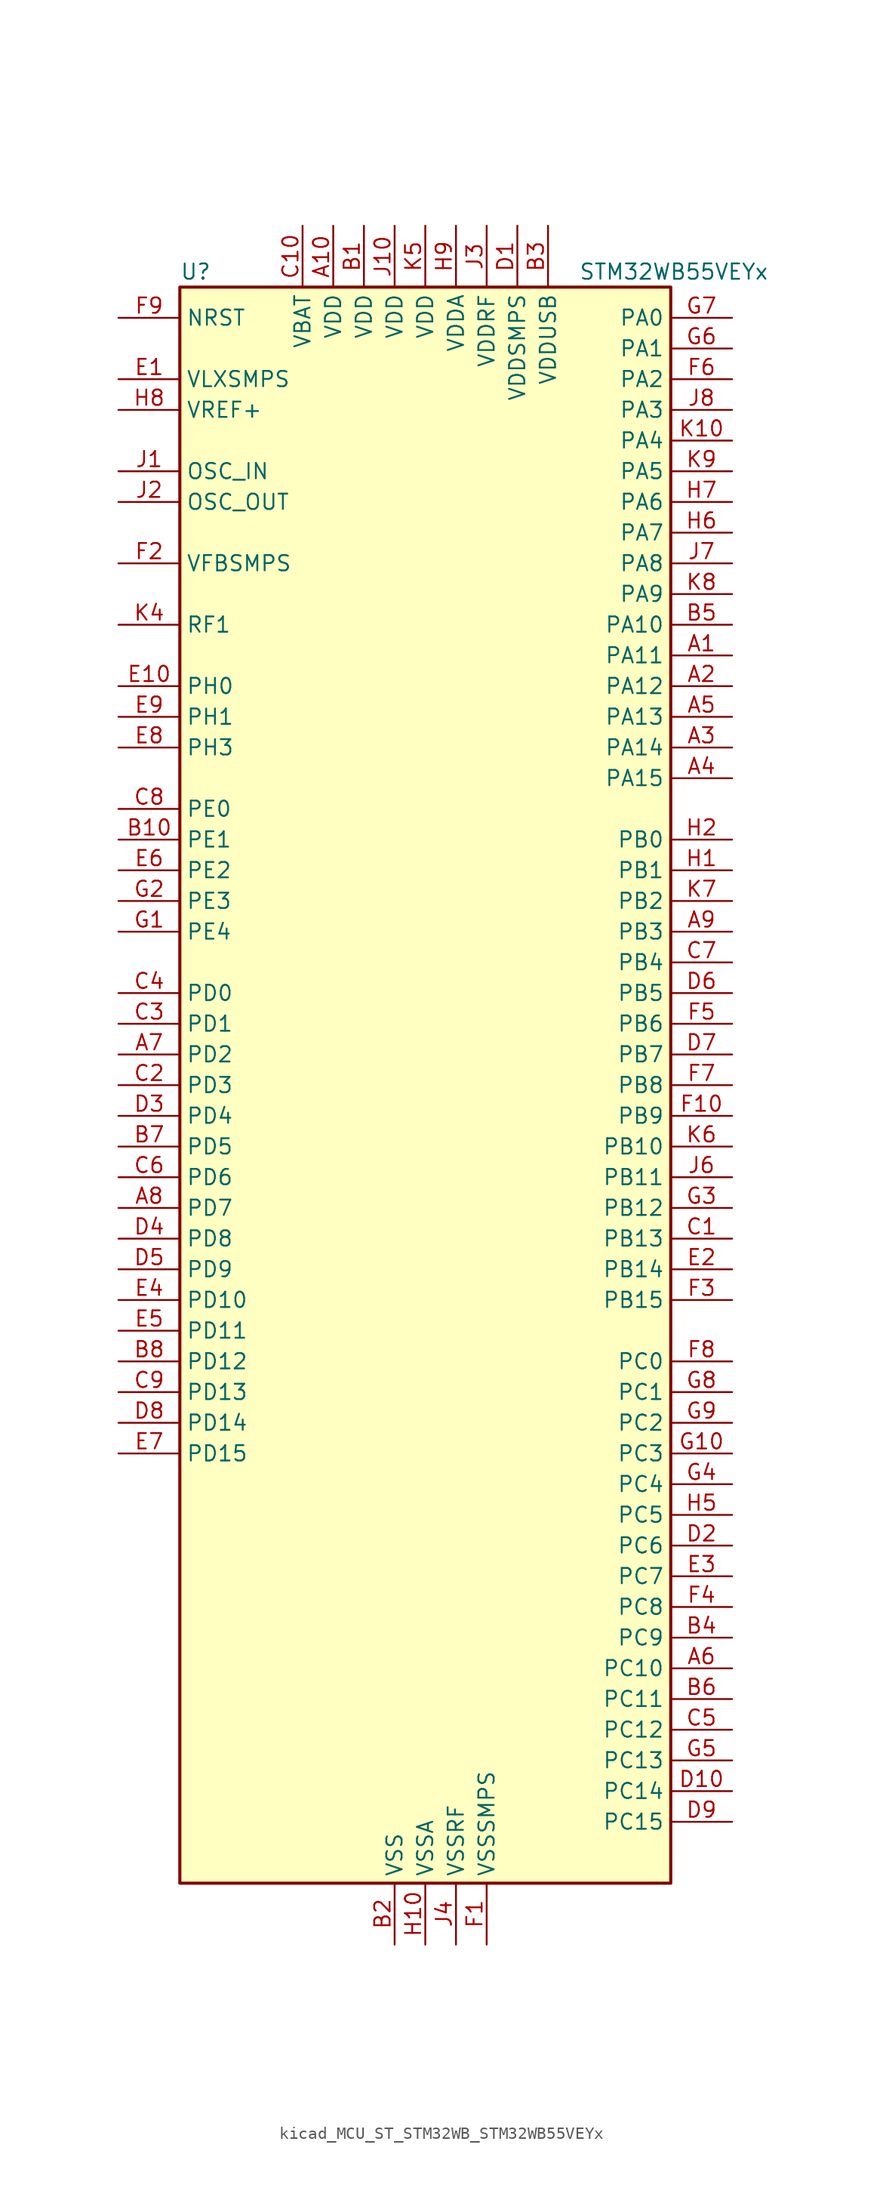
<source format=kicad_sym>
(kicad_symbol_lib
  (version 20220914)
  (generator kicad_symbol_editor)
  (symbol "kicad_MCU_ST_STM32WB_STM32WB55VEYx"
    (property "Reference" "U"
      (at -20.32 67.31 0)
      (effects (font (size 1.27 1.27)) (justify left)))
    (property "Value" "STM32WB55VEYx"
      (at 12.7 67.31 0)
      (effects (font (size 1.27 1.27)) (justify left)))
    (property "ki_locked" ""
      (at 0 0 0)
      (effects (font (size 1.27 1.27))))
    (symbol "kicad_MCU_ST_STM32WB_STM32WB55VEYx_0_1"
      (rectangle (start -20.32 -66.04) (end 20.32 66.04) (stroke (width 0.254) (type default)) (fill (type background))))
    (symbol "kicad_MCU_ST_STM32WB_STM32WB55VEYx_1_1"
      (pin bidirectional line (at 25.4 35.56 180) (length 5.08) (name "PA11" (effects (font (size 1.27 1.27)))) (number "A1" (effects (font (size 1.27 1.27)))) (alternate "ADC1_EXTI11" bidirectional line) (alternate "SPI1_MISO" bidirectional line) (alternate "TIM1_BKIN2" bidirectional line) (alternate "TIM1_CH4" bidirectional line) (alternate "USART1_CTS" bidirectional line) (alternate "USART1_NSS" bidirectional line) (alternate "USB_DM" bidirectional line))
      (pin power_in line (at -7.62 71.12 270) (length 5.08) (name "VDD" (effects (font (size 1.27 1.27)))) (number "A10" (effects (font (size 1.27 1.27)))))
      (pin bidirectional line (at 25.4 33.02 180) (length 5.08) (name "PA12" (effects (font (size 1.27 1.27)))) (number "A2" (effects (font (size 1.27 1.27)))) (alternate "LPUART1_RX" bidirectional line) (alternate "SPI1_MOSI" bidirectional line) (alternate "TIM1_ETR" bidirectional line) (alternate "USART1_DE" bidirectional line) (alternate "USART1_RTS" bidirectional line) (alternate "USB_DP" bidirectional line))
      (pin bidirectional line (at 25.4 27.94 180) (length 5.08) (name "PA14" (effects (font (size 1.27 1.27)))) (number "A3" (effects (font (size 1.27 1.27)))) (alternate "I2C1_SMBA" bidirectional line) (alternate "LCD_SEG5" bidirectional line) (alternate "LPTIM1_OUT" bidirectional line) (alternate "SAI1_FS_B" bidirectional line) (alternate "SYS_JTCK-SWCLK" bidirectional line))
      (pin bidirectional line (at 25.4 25.4 180) (length 5.08) (name "PA15" (effects (font (size 1.27 1.27)))) (number "A4" (effects (font (size 1.27 1.27)))) (alternate "ADC1_EXTI15" bidirectional line) (alternate "LCD_SEG17" bidirectional line) (alternate "RCC_MCO" bidirectional line) (alternate "SPI1_NSS" bidirectional line) (alternate "SYS_JTDI" bidirectional line) (alternate "TIM2_CH1" bidirectional line) (alternate "TIM2_ETR" bidirectional line) (alternate "TSC_G3_IO1" bidirectional line))
      (pin bidirectional line (at 25.4 30.48 180) (length 5.08) (name "PA13" (effects (font (size 1.27 1.27)))) (number "A5" (effects (font (size 1.27 1.27)))) (alternate "IR_OUT" bidirectional line) (alternate "SAI1_SD_B" bidirectional line) (alternate "SYS_JTMS-SWDIO" bidirectional line) (alternate "USB_NOE" bidirectional line))
      (pin bidirectional line (at 25.4 -48.26 180) (length 5.08) (name "PC10" (effects (font (size 1.27 1.27)))) (number "A6" (effects (font (size 1.27 1.27)))) (alternate "LCD_COM4" bidirectional line) (alternate "LCD_SEG28" bidirectional line) (alternate "LCD_SEG40" bidirectional line) (alternate "SYS_TRACED1" bidirectional line) (alternate "TSC_G3_IO2" bidirectional line))
      (pin bidirectional line (at -25.4 2.54 0) (length 5.08) (name "PD2" (effects (font (size 1.27 1.27)))) (number "A7" (effects (font (size 1.27 1.27)))) (alternate "LCD_COM7" bidirectional line) (alternate "LCD_SEG31" bidirectional line) (alternate "LCD_SEG43" bidirectional line) (alternate "SYS_TRACED2" bidirectional line) (alternate "TSC_SYNC" bidirectional line))
      (pin bidirectional line (at -25.4 -10.16 0) (length 5.08) (name "PD7" (effects (font (size 1.27 1.27)))) (number "A8" (effects (font (size 1.27 1.27)))) (alternate "LCD_SEG39" bidirectional line) (alternate "QUADSPI_BK1_IO3" bidirectional line) (alternate "TSC_G5_IO4" bidirectional line))
      (pin bidirectional line (at 25.4 12.7 180) (length 5.08) (name "PB3" (effects (font (size 1.27 1.27)))) (number "A9" (effects (font (size 1.27 1.27)))) (alternate "COMP2_INM" bidirectional line) (alternate "LCD_SEG7" bidirectional line) (alternate "SAI1_SCK_B" bidirectional line) (alternate "SPI1_SCK" bidirectional line) (alternate "SYS_JTDO-SWO" bidirectional line) (alternate "TIM2_CH2" bidirectional line) (alternate "USART1_DE" bidirectional line) (alternate "USART1_RTS" bidirectional line))
      (pin power_in line (at -5.08 71.12 270) (length 5.08) (name "VDD" (effects (font (size 1.27 1.27)))) (number "B1" (effects (font (size 1.27 1.27)))))
      (pin bidirectional line (at -25.4 20.32 0) (length 5.08) (name "PE1" (effects (font (size 1.27 1.27)))) (number "B10" (effects (font (size 1.27 1.27)))) (alternate "LCD_SEG37" bidirectional line) (alternate "TIM17_CH1" bidirectional line) (alternate "TSC_G7_IO2" bidirectional line))
      (pin power_in line (at -2.54 -71.12 90) (length 5.08) (name "VSS" (effects (font (size 1.27 1.27)))) (number "B2" (effects (font (size 1.27 1.27)))))
      (pin power_in line (at 10.16 71.12 270) (length 5.08) (name "VDDUSB" (effects (font (size 1.27 1.27)))) (number "B3" (effects (font (size 1.27 1.27)))))
      (pin bidirectional line (at 25.4 -45.72 180) (length 5.08) (name "PC9" (effects (font (size 1.27 1.27)))) (number "B4" (effects (font (size 1.27 1.27)))) (alternate "LCD_SEG27" bidirectional line) (alternate "SAI1_SCK_B" bidirectional line) (alternate "TIM1_BKIN" bidirectional line) (alternate "TSC_G4_IO4" bidirectional line) (alternate "USB_NOE" bidirectional line))
      (pin bidirectional line (at 25.4 38.1 180) (length 5.08) (name "PA10" (effects (font (size 1.27 1.27)))) (number "B5" (effects (font (size 1.27 1.27)))) (alternate "CRS_SYNC" bidirectional line) (alternate "I2C1_SDA" bidirectional line) (alternate "LCD_COM2" bidirectional line) (alternate "SAI1_D1" bidirectional line) (alternate "SAI1_SD_A" bidirectional line) (alternate "TIM17_BKIN" bidirectional line) (alternate "TIM1_CH3" bidirectional line) (alternate "USART1_RX" bidirectional line))
      (pin bidirectional line (at 25.4 -50.8 180) (length 5.08) (name "PC11" (effects (font (size 1.27 1.27)))) (number "B6" (effects (font (size 1.27 1.27)))) (alternate "ADC1_EXTI11" bidirectional line) (alternate "LCD_COM5" bidirectional line) (alternate "LCD_SEG29" bidirectional line) (alternate "LCD_SEG41" bidirectional line) (alternate "TSC_G3_IO3" bidirectional line))
      (pin bidirectional line (at -25.4 -5.08 0) (length 5.08) (name "PD5" (effects (font (size 1.27 1.27)))) (number "B7" (effects (font (size 1.27 1.27)))) (alternate "QUADSPI_BK1_IO1" bidirectional line) (alternate "SAI1_MCLK_B" bidirectional line) (alternate "TSC_G5_IO2" bidirectional line))
      (pin bidirectional line (at -25.4 -22.86 0) (length 5.08) (name "PD12" (effects (font (size 1.27 1.27)))) (number "B8" (effects (font (size 1.27 1.27)))) (alternate "LCD_SEG32" bidirectional line) (alternate "LPTIM2_IN1" bidirectional line) (alternate "TSC_G6_IO3" bidirectional line))
      (pin passive line (at -2.54 -71.12 90) (length 5.08) hide (name "VSS" (effects (font (size 1.27 1.27)))) (number "B9" (effects (font (size 1.27 1.27)))))
      (pin bidirectional line (at 25.4 -12.7 180) (length 5.08) (name "PB13" (effects (font (size 1.27 1.27)))) (number "C1" (effects (font (size 1.27 1.27)))) (alternate "I2C3_SCL" bidirectional line) (alternate "LCD_SEG13" bidirectional line) (alternate "LPUART1_CTS" bidirectional line) (alternate "SAI1_SCK_A" bidirectional line) (alternate "SPI2_SCK" bidirectional line) (alternate "TIM1_CH1N" bidirectional line) (alternate "TSC_G1_IO2" bidirectional line))
      (pin power_in line (at -10.16 71.12 270) (length 5.08) (name "VBAT" (effects (font (size 1.27 1.27)))) (number "C10" (effects (font (size 1.27 1.27)))))
      (pin bidirectional line (at -25.4 0 0) (length 5.08) (name "PD3" (effects (font (size 1.27 1.27)))) (number "C2" (effects (font (size 1.27 1.27)))) (alternate "QUADSPI_BK1_NCS" bidirectional line) (alternate "SPI2_MISO" bidirectional line) (alternate "SPI2_SCK" bidirectional line))
      (pin bidirectional line (at -25.4 5.08 0) (length 5.08) (name "PD1" (effects (font (size 1.27 1.27)))) (number "C3" (effects (font (size 1.27 1.27)))) (alternate "SPI2_SCK" bidirectional line))
      (pin bidirectional line (at -25.4 7.62 0) (length 5.08) (name "PD0" (effects (font (size 1.27 1.27)))) (number "C4" (effects (font (size 1.27 1.27)))) (alternate "SPI2_NSS" bidirectional line))
      (pin bidirectional line (at 25.4 -53.34 180) (length 5.08) (name "PC12" (effects (font (size 1.27 1.27)))) (number "C5" (effects (font (size 1.27 1.27)))) (alternate "LCD_COM6" bidirectional line) (alternate "LCD_SEG30" bidirectional line) (alternate "LCD_SEG42" bidirectional line) (alternate "RCC_LSCO" bidirectional line) (alternate "RTC_TAMP3" bidirectional line) (alternate "SYS_TRACED3" bidirectional line) (alternate "SYS_WKUP3" bidirectional line) (alternate "TSC_G3_IO4" bidirectional line))
      (pin bidirectional line (at -25.4 -7.62 0) (length 5.08) (name "PD6" (effects (font (size 1.27 1.27)))) (number "C6" (effects (font (size 1.27 1.27)))) (alternate "QUADSPI_BK1_IO2" bidirectional line) (alternate "SAI1_D1" bidirectional line) (alternate "SAI1_SD_A" bidirectional line) (alternate "TSC_G5_IO3" bidirectional line))
      (pin bidirectional line (at 25.4 10.16 180) (length 5.08) (name "PB4" (effects (font (size 1.27 1.27)))) (number "C7" (effects (font (size 1.27 1.27)))) (alternate "COMP2_INP" bidirectional line) (alternate "I2C3_SDA" bidirectional line) (alternate "LCD_SEG8" bidirectional line) (alternate "SAI1_MCLK_B" bidirectional line) (alternate "SPI1_MISO" bidirectional line) (alternate "SYS_JTRST" bidirectional line) (alternate "TIM17_BKIN" bidirectional line) (alternate "TSC_G2_IO1" bidirectional line) (alternate "USART1_CTS" bidirectional line) (alternate "USART1_NSS" bidirectional line))
      (pin bidirectional line (at -25.4 22.86 0) (length 5.08) (name "PE0" (effects (font (size 1.27 1.27)))) (number "C8" (effects (font (size 1.27 1.27)))) (alternate "LCD_SEG36" bidirectional line) (alternate "TIM16_CH1" bidirectional line) (alternate "TIM1_ETR" bidirectional line) (alternate "TSC_G7_IO3" bidirectional line))
      (pin bidirectional line (at -25.4 -25.4 0) (length 5.08) (name "PD13" (effects (font (size 1.27 1.27)))) (number "C9" (effects (font (size 1.27 1.27)))) (alternate "LCD_SEG33" bidirectional line) (alternate "LPTIM2_OUT" bidirectional line) (alternate "TSC_G6_IO4" bidirectional line))
      (pin power_in line (at 7.62 71.12 270) (length 5.08) (name "VDDSMPS" (effects (font (size 1.27 1.27)))) (number "D1" (effects (font (size 1.27 1.27)))))
      (pin bidirectional line (at 25.4 -58.42 180) (length 5.08) (name "PC14" (effects (font (size 1.27 1.27)))) (number "D10" (effects (font (size 1.27 1.27)))) (alternate "RCC_OSC32_IN" bidirectional line))
      (pin bidirectional line (at 25.4 -38.1 180) (length 5.08) (name "PC6" (effects (font (size 1.27 1.27)))) (number "D2" (effects (font (size 1.27 1.27)))) (alternate "LCD_SEG24" bidirectional line) (alternate "TSC_G4_IO1" bidirectional line))
      (pin bidirectional line (at -25.4 -2.54 0) (length 5.08) (name "PD4" (effects (font (size 1.27 1.27)))) (number "D3" (effects (font (size 1.27 1.27)))) (alternate "QUADSPI_BK1_IO0" bidirectional line) (alternate "SPI2_MOSI" bidirectional line) (alternate "TSC_G5_IO1" bidirectional line))
      (pin bidirectional line (at -25.4 -12.7 0) (length 5.08) (name "PD8" (effects (font (size 1.27 1.27)))) (number "D4" (effects (font (size 1.27 1.27)))) (alternate "LCD_SEG28" bidirectional line) (alternate "TIM1_BKIN2" bidirectional line))
      (pin bidirectional line (at -25.4 -15.24 0) (length 5.08) (name "PD9" (effects (font (size 1.27 1.27)))) (number "D5" (effects (font (size 1.27 1.27)))) (alternate "LCD_SEG29" bidirectional line) (alternate "SYS_TRACED0" bidirectional line))
      (pin bidirectional line (at 25.4 7.62 180) (length 5.08) (name "PB5" (effects (font (size 1.27 1.27)))) (number "D6" (effects (font (size 1.27 1.27)))) (alternate "COMP2_OUT" bidirectional line) (alternate "I2C1_SMBA" bidirectional line) (alternate "LCD_SEG9" bidirectional line) (alternate "LPTIM1_IN1" bidirectional line) (alternate "LPUART1_TX" bidirectional line) (alternate "SAI1_SD_B" bidirectional line) (alternate "SPI1_MOSI" bidirectional line) (alternate "TIM16_BKIN" bidirectional line) (alternate "TSC_G2_IO2" bidirectional line) (alternate "USART1_CK" bidirectional line))
      (pin bidirectional line (at 25.4 2.54 180) (length 5.08) (name "PB7" (effects (font (size 1.27 1.27)))) (number "D7" (effects (font (size 1.27 1.27)))) (alternate "COMP2_INM" bidirectional line) (alternate "I2C1_SDA" bidirectional line) (alternate "LCD_SEG21" bidirectional line) (alternate "LPTIM1_IN2" bidirectional line) (alternate "SYS_PVD_IN" bidirectional line) (alternate "TIM17_CH1N" bidirectional line) (alternate "TIM1_BKIN" bidirectional line) (alternate "TSC_G2_IO4" bidirectional line) (alternate "USART1_RX" bidirectional line))
      (pin bidirectional line (at -25.4 -27.94 0) (length 5.08) (name "PD14" (effects (font (size 1.27 1.27)))) (number "D8" (effects (font (size 1.27 1.27)))) (alternate "LCD_SEG34" bidirectional line) (alternate "TIM1_CH1" bidirectional line))
      (pin bidirectional line (at 25.4 -60.96 180) (length 5.08) (name "PC15" (effects (font (size 1.27 1.27)))) (number "D9" (effects (font (size 1.27 1.27)))) (alternate "ADC1_EXTI15" bidirectional line) (alternate "RCC_OSC32_OUT" bidirectional line))
      (pin power_in line (at -25.4 58.42 0) (length 5.08) (name "VLXSMPS" (effects (font (size 1.27 1.27)))) (number "E1" (effects (font (size 1.27 1.27)))))
      (pin bidirectional line (at -25.4 33.02 0) (length 5.08) (name "PH0" (effects (font (size 1.27 1.27)))) (number "E10" (effects (font (size 1.27 1.27)))))
      (pin bidirectional line (at 25.4 -15.24 180) (length 5.08) (name "PB14" (effects (font (size 1.27 1.27)))) (number "E2" (effects (font (size 1.27 1.27)))) (alternate "I2C3_SDA" bidirectional line) (alternate "LCD_SEG14" bidirectional line) (alternate "SAI1_MCLK_A" bidirectional line) (alternate "SPI2_MISO" bidirectional line) (alternate "TIM1_CH2N" bidirectional line) (alternate "TSC_G1_IO3" bidirectional line))
      (pin bidirectional line (at 25.4 -40.64 180) (length 5.08) (name "PC7" (effects (font (size 1.27 1.27)))) (number "E3" (effects (font (size 1.27 1.27)))) (alternate "LCD_SEG25" bidirectional line) (alternate "TSC_G4_IO2" bidirectional line))
      (pin bidirectional line (at -25.4 -17.78 0) (length 5.08) (name "PD10" (effects (font (size 1.27 1.27)))) (number "E4" (effects (font (size 1.27 1.27)))) (alternate "LCD_SEG30" bidirectional line) (alternate "SYS_TRIG_INOUT" bidirectional line) (alternate "TSC_G6_IO1" bidirectional line))
      (pin bidirectional line (at -25.4 -20.32 0) (length 5.08) (name "PD11" (effects (font (size 1.27 1.27)))) (number "E5" (effects (font (size 1.27 1.27)))) (alternate "ADC1_EXTI11" bidirectional line) (alternate "LCD_SEG31" bidirectional line) (alternate "LPTIM2_ETR" bidirectional line) (alternate "TSC_G6_IO2" bidirectional line))
      (pin bidirectional line (at -25.4 17.78 0) (length 5.08) (name "PE2" (effects (font (size 1.27 1.27)))) (number "E6" (effects (font (size 1.27 1.27)))) (alternate "LCD_SEG38" bidirectional line) (alternate "SAI1_CK1" bidirectional line) (alternate "SAI1_MCLK_A" bidirectional line) (alternate "SYS_TRACECLK" bidirectional line) (alternate "TSC_G7_IO1" bidirectional line))
      (pin bidirectional line (at -25.4 -30.48 0) (length 5.08) (name "PD15" (effects (font (size 1.27 1.27)))) (number "E7" (effects (font (size 1.27 1.27)))) (alternate "ADC1_EXTI15" bidirectional line) (alternate "LCD_SEG35" bidirectional line) (alternate "TIM1_CH2" bidirectional line))
      (pin bidirectional line (at -25.4 27.94 0) (length 5.08) (name "PH3" (effects (font (size 1.27 1.27)))) (number "E8" (effects (font (size 1.27 1.27)))) (alternate "RCC_LSCO" bidirectional line))
      (pin bidirectional line (at -25.4 30.48 0) (length 5.08) (name "PH1" (effects (font (size 1.27 1.27)))) (number "E9" (effects (font (size 1.27 1.27)))))
      (pin power_in line (at 5.08 -71.12 90) (length 5.08) (name "VSSSMPS" (effects (font (size 1.27 1.27)))) (number "F1" (effects (font (size 1.27 1.27)))))
      (pin bidirectional line (at 25.4 -2.54 180) (length 5.08) (name "PB9" (effects (font (size 1.27 1.27)))) (number "F10" (effects (font (size 1.27 1.27)))) (alternate "I2C1_SDA" bidirectional line) (alternate "IR_OUT" bidirectional line) (alternate "LCD_COM3" bidirectional line) (alternate "QUADSPI_BK1_IO0" bidirectional line) (alternate "SAI1_D2" bidirectional line) (alternate "SAI1_FS_A" bidirectional line) (alternate "SPI2_NSS" bidirectional line) (alternate "TIM17_CH1" bidirectional line) (alternate "TIM1_CH3N" bidirectional line) (alternate "TSC_G7_IO4" bidirectional line))
      (pin input line (at -25.4 43.18 0) (length 5.08) (name "VFBSMPS" (effects (font (size 1.27 1.27)))) (number "F2" (effects (font (size 1.27 1.27)))))
      (pin bidirectional line (at 25.4 -17.78 180) (length 5.08) (name "PB15" (effects (font (size 1.27 1.27)))) (number "F3" (effects (font (size 1.27 1.27)))) (alternate "ADC1_EXTI15" bidirectional line) (alternate "LCD_SEG15" bidirectional line) (alternate "RTC_REFIN" bidirectional line) (alternate "SAI1_SD_A" bidirectional line) (alternate "SPI2_MOSI" bidirectional line) (alternate "TIM1_CH3N" bidirectional line) (alternate "TSC_G1_IO4" bidirectional line))
      (pin bidirectional line (at 25.4 -43.18 180) (length 5.08) (name "PC8" (effects (font (size 1.27 1.27)))) (number "F4" (effects (font (size 1.27 1.27)))) (alternate "LCD_SEG26" bidirectional line) (alternate "TSC_G4_IO3" bidirectional line))
      (pin bidirectional line (at 25.4 5.08 180) (length 5.08) (name "PB6" (effects (font (size 1.27 1.27)))) (number "F5" (effects (font (size 1.27 1.27)))) (alternate "COMP2_INP" bidirectional line) (alternate "I2C1_SCL" bidirectional line) (alternate "LCD_SEG6" bidirectional line) (alternate "LPTIM1_ETR" bidirectional line) (alternate "RCC_MCO" bidirectional line) (alternate "SAI1_FS_B" bidirectional line) (alternate "TIM16_CH1N" bidirectional line) (alternate "TSC_G2_IO3" bidirectional line) (alternate "USART1_TX" bidirectional line))
      (pin bidirectional line (at 25.4 58.42 180) (length 5.08) (name "PA2" (effects (font (size 1.27 1.27)))) (number "F6" (effects (font (size 1.27 1.27)))) (alternate "ADC1_IN7" bidirectional line) (alternate "COMP2_INM" bidirectional line) (alternate "COMP2_OUT" bidirectional line) (alternate "LCD_SEG1" bidirectional line) (alternate "LPUART1_TX" bidirectional line) (alternate "QUADSPI_BK1_NCS" bidirectional line) (alternate "RCC_LSCO" bidirectional line) (alternate "SYS_WKUP4" bidirectional line) (alternate "TIM2_CH3" bidirectional line))
      (pin bidirectional line (at 25.4 0 180) (length 5.08) (name "PB8" (effects (font (size 1.27 1.27)))) (number "F7" (effects (font (size 1.27 1.27)))) (alternate "I2C1_SCL" bidirectional line) (alternate "LCD_SEG16" bidirectional line) (alternate "QUADSPI_BK1_IO1" bidirectional line) (alternate "SAI1_CK1" bidirectional line) (alternate "SAI1_MCLK_A" bidirectional line) (alternate "TIM16_CH1" bidirectional line) (alternate "TIM1_CH2N" bidirectional line))
      (pin bidirectional line (at 25.4 -22.86 180) (length 5.08) (name "PC0" (effects (font (size 1.27 1.27)))) (number "F8" (effects (font (size 1.27 1.27)))) (alternate "ADC1_IN1" bidirectional line) (alternate "I2C3_SCL" bidirectional line) (alternate "LCD_SEG18" bidirectional line) (alternate "LPTIM1_IN1" bidirectional line) (alternate "LPTIM2_IN1" bidirectional line) (alternate "LPUART1_RX" bidirectional line))
      (pin input line (at -25.4 63.5 0) (length 5.08) (name "NRST" (effects (font (size 1.27 1.27)))) (number "F9" (effects (font (size 1.27 1.27)))))
      (pin bidirectional line (at -25.4 12.7 0) (length 5.08) (name "PE4" (effects (font (size 1.27 1.27)))) (number "G1" (effects (font (size 1.27 1.27)))))
      (pin bidirectional line (at 25.4 -30.48 180) (length 5.08) (name "PC3" (effects (font (size 1.27 1.27)))) (number "G10" (effects (font (size 1.27 1.27)))) (alternate "ADC1_IN4" bidirectional line) (alternate "LCD_VLCD" bidirectional line) (alternate "LPTIM1_ETR" bidirectional line) (alternate "LPTIM2_ETR" bidirectional line) (alternate "SAI1_D1" bidirectional line) (alternate "SAI1_SD_A" bidirectional line) (alternate "SPI2_MOSI" bidirectional line))
      (pin bidirectional line (at -25.4 15.24 0) (length 5.08) (name "PE3" (effects (font (size 1.27 1.27)))) (number "G2" (effects (font (size 1.27 1.27)))))
      (pin bidirectional line (at 25.4 -10.16 180) (length 5.08) (name "PB12" (effects (font (size 1.27 1.27)))) (number "G3" (effects (font (size 1.27 1.27)))) (alternate "I2C3_SMBA" bidirectional line) (alternate "LCD_SEG12" bidirectional line) (alternate "LPUART1_DE" bidirectional line) (alternate "LPUART1_RTS" bidirectional line) (alternate "SAI1_FS_A" bidirectional line) (alternate "SPI2_NSS" bidirectional line) (alternate "TIM1_BKIN" bidirectional line) (alternate "TSC_G1_IO1" bidirectional line))
      (pin bidirectional line (at 25.4 -33.02 180) (length 5.08) (name "PC4" (effects (font (size 1.27 1.27)))) (number "G4" (effects (font (size 1.27 1.27)))) (alternate "ADC1_IN13" bidirectional line) (alternate "COMP1_INM" bidirectional line) (alternate "LCD_SEG22" bidirectional line))
      (pin bidirectional line (at 25.4 -55.88 180) (length 5.08) (name "PC13" (effects (font (size 1.27 1.27)))) (number "G5" (effects (font (size 1.27 1.27)))) (alternate "RTC_OUT1" bidirectional line) (alternate "RTC_TAMP1" bidirectional line) (alternate "RTC_TS" bidirectional line) (alternate "SYS_WKUP2" bidirectional line))
      (pin bidirectional line (at 25.4 60.96 180) (length 5.08) (name "PA1" (effects (font (size 1.27 1.27)))) (number "G6" (effects (font (size 1.27 1.27)))) (alternate "ADC1_IN6" bidirectional line) (alternate "COMP1_INP" bidirectional line) (alternate "I2C1_SMBA" bidirectional line) (alternate "LCD_SEG0" bidirectional line) (alternate "SPI1_SCK" bidirectional line) (alternate "TIM2_CH2" bidirectional line))
      (pin bidirectional line (at 25.4 63.5 180) (length 5.08) (name "PA0" (effects (font (size 1.27 1.27)))) (number "G7" (effects (font (size 1.27 1.27)))) (alternate "ADC1_IN5" bidirectional line) (alternate "COMP1_INM" bidirectional line) (alternate "COMP1_OUT" bidirectional line) (alternate "RTC_TAMP2" bidirectional line) (alternate "SAI1_EXTCLK" bidirectional line) (alternate "SYS_WKUP1" bidirectional line) (alternate "TIM2_CH1" bidirectional line) (alternate "TIM2_ETR" bidirectional line))
      (pin bidirectional line (at 25.4 -25.4 180) (length 5.08) (name "PC1" (effects (font (size 1.27 1.27)))) (number "G8" (effects (font (size 1.27 1.27)))) (alternate "ADC1_IN2" bidirectional line) (alternate "I2C3_SDA" bidirectional line) (alternate "LCD_SEG19" bidirectional line) (alternate "LPTIM1_OUT" bidirectional line) (alternate "LPUART1_TX" bidirectional line) (alternate "SPI2_MOSI" bidirectional line))
      (pin bidirectional line (at 25.4 -27.94 180) (length 5.08) (name "PC2" (effects (font (size 1.27 1.27)))) (number "G9" (effects (font (size 1.27 1.27)))) (alternate "ADC1_IN3" bidirectional line) (alternate "LCD_SEG20" bidirectional line) (alternate "LPTIM1_IN2" bidirectional line) (alternate "SPI2_MISO" bidirectional line))
      (pin bidirectional line (at 25.4 17.78 180) (length 5.08) (name "PB1" (effects (font (size 1.27 1.27)))) (number "H1" (effects (font (size 1.27 1.27)))) (alternate "LPTIM2_IN1" bidirectional line) (alternate "LPUART1_DE" bidirectional line) (alternate "LPUART1_RTS" bidirectional line))
      (pin power_in line (at 0 -71.12 90) (length 5.08) (name "VSSA" (effects (font (size 1.27 1.27)))) (number "H10" (effects (font (size 1.27 1.27)))))
      (pin bidirectional line (at 25.4 20.32 180) (length 5.08) (name "PB0" (effects (font (size 1.27 1.27)))) (number "H2" (effects (font (size 1.27 1.27)))) (alternate "COMP1_OUT" bidirectional line) (alternate "RF_TX_MOD_EXT_PA" bidirectional line))
      (pin no_connect line (at -20.32 -66.04 0) (length 5.08) hide (name "AT0" (effects (font (size 1.27 1.27)))) (number "H3" (effects (font (size 1.27 1.27)))))
      (pin no_connect line (at -20.32 -63.5 0) (length 5.08) hide (name "AT1" (effects (font (size 1.27 1.27)))) (number "H4" (effects (font (size 1.27 1.27)))))
      (pin bidirectional line (at 25.4 -35.56 180) (length 5.08) (name "PC5" (effects (font (size 1.27 1.27)))) (number "H5" (effects (font (size 1.27 1.27)))) (alternate "ADC1_IN14" bidirectional line) (alternate "COMP1_INP" bidirectional line) (alternate "LCD_SEG23" bidirectional line) (alternate "SAI1_D3" bidirectional line) (alternate "SYS_WKUP5" bidirectional line))
      (pin bidirectional line (at 25.4 45.72 180) (length 5.08) (name "PA7" (effects (font (size 1.27 1.27)))) (number "H6" (effects (font (size 1.27 1.27)))) (alternate "ADC1_IN12" bidirectional line) (alternate "COMP2_OUT" bidirectional line) (alternate "I2C3_SCL" bidirectional line) (alternate "LCD_SEG4" bidirectional line) (alternate "QUADSPI_BK1_IO2" bidirectional line) (alternate "SPI1_MOSI" bidirectional line) (alternate "TIM17_CH1" bidirectional line) (alternate "TIM1_CH1N" bidirectional line))
      (pin bidirectional line (at 25.4 48.26 180) (length 5.08) (name "PA6" (effects (font (size 1.27 1.27)))) (number "H7" (effects (font (size 1.27 1.27)))) (alternate "ADC1_IN11" bidirectional line) (alternate "LCD_SEG3" bidirectional line) (alternate "LPUART1_CTS" bidirectional line) (alternate "QUADSPI_BK1_IO3" bidirectional line) (alternate "SPI1_MISO" bidirectional line) (alternate "TIM16_CH1" bidirectional line) (alternate "TIM1_BKIN" bidirectional line))
      (pin input line (at -25.4 55.88 0) (length 5.08) (name "VREF+" (effects (font (size 1.27 1.27)))) (number "H8" (effects (font (size 1.27 1.27)))) (alternate "VREFBUF_OUT" bidirectional line))
      (pin power_in line (at 2.54 71.12 270) (length 5.08) (name "VDDA" (effects (font (size 1.27 1.27)))) (number "H9" (effects (font (size 1.27 1.27)))))
      (pin input line (at -25.4 50.8 0) (length 5.08) (name "OSC_IN" (effects (font (size 1.27 1.27)))) (number "J1" (effects (font (size 1.27 1.27)))) (alternate "RCC_OSC_IN" bidirectional line))
      (pin power_in line (at -2.54 71.12 270) (length 5.08) (name "VDD" (effects (font (size 1.27 1.27)))) (number "J10" (effects (font (size 1.27 1.27)))))
      (pin input line (at -25.4 48.26 0) (length 5.08) (name "OSC_OUT" (effects (font (size 1.27 1.27)))) (number "J2" (effects (font (size 1.27 1.27)))) (alternate "RCC_OSC_OUT" bidirectional line))
      (pin power_in line (at 5.08 71.12 270) (length 5.08) (name "VDDRF" (effects (font (size 1.27 1.27)))) (number "J3" (effects (font (size 1.27 1.27)))))
      (pin power_in line (at 2.54 -71.12 90) (length 5.08) (name "VSSRF" (effects (font (size 1.27 1.27)))) (number "J4" (effects (font (size 1.27 1.27)))))
      (pin passive line (at -2.54 -71.12 90) (length 5.08) hide (name "VSS" (effects (font (size 1.27 1.27)))) (number "J5" (effects (font (size 1.27 1.27)))))
      (pin bidirectional line (at 25.4 -7.62 180) (length 5.08) (name "PB11" (effects (font (size 1.27 1.27)))) (number "J6" (effects (font (size 1.27 1.27)))) (alternate "ADC1_EXTI11" bidirectional line) (alternate "COMP2_OUT" bidirectional line) (alternate "I2C3_SDA" bidirectional line) (alternate "LCD_SEG11" bidirectional line) (alternate "LPUART1_TX" bidirectional line) (alternate "QUADSPI_BK1_NCS" bidirectional line) (alternate "TIM2_CH4" bidirectional line))
      (pin bidirectional line (at 25.4 43.18 180) (length 5.08) (name "PA8" (effects (font (size 1.27 1.27)))) (number "J7" (effects (font (size 1.27 1.27)))) (alternate "ADC1_IN15" bidirectional line) (alternate "LCD_COM0" bidirectional line) (alternate "LPTIM2_OUT" bidirectional line) (alternate "RCC_MCO" bidirectional line) (alternate "SAI1_CK2" bidirectional line) (alternate "SAI1_SCK_A" bidirectional line) (alternate "TIM1_CH1" bidirectional line) (alternate "USART1_CK" bidirectional line))
      (pin bidirectional line (at 25.4 55.88 180) (length 5.08) (name "PA3" (effects (font (size 1.27 1.27)))) (number "J8" (effects (font (size 1.27 1.27)))) (alternate "ADC1_IN8" bidirectional line) (alternate "COMP2_INP" bidirectional line) (alternate "LCD_SEG2" bidirectional line) (alternate "LPUART1_RX" bidirectional line) (alternate "QUADSPI_CLK" bidirectional line) (alternate "SAI1_CK1" bidirectional line) (alternate "SAI1_MCLK_A" bidirectional line) (alternate "TIM2_CH4" bidirectional line))
      (pin passive line (at -2.54 -71.12 90) (length 5.08) hide (name "VSS" (effects (font (size 1.27 1.27)))) (number "J9" (effects (font (size 1.27 1.27)))))
      (pin passive line (at 2.54 -71.12 90) (length 5.08) hide (name "VSSRF" (effects (font (size 1.27 1.27)))) (number "K1" (effects (font (size 1.27 1.27)))))
      (pin bidirectional line (at 25.4 53.34 180) (length 5.08) (name "PA4" (effects (font (size 1.27 1.27)))) (number "K10" (effects (font (size 1.27 1.27)))) (alternate "ADC1_IN9" bidirectional line) (alternate "COMP1_INM" bidirectional line) (alternate "COMP2_INM" bidirectional line) (alternate "LCD_SEG5" bidirectional line) (alternate "LPTIM2_OUT" bidirectional line) (alternate "SAI1_FS_B" bidirectional line) (alternate "SPI1_NSS" bidirectional line))
      (pin passive line (at 2.54 -71.12 90) (length 5.08) hide (name "VSSRF" (effects (font (size 1.27 1.27)))) (number "K2" (effects (font (size 1.27 1.27)))))
      (pin passive line (at 2.54 -71.12 90) (length 5.08) hide (name "VSSRF" (effects (font (size 1.27 1.27)))) (number "K3" (effects (font (size 1.27 1.27)))))
      (pin bidirectional line (at -25.4 38.1 0) (length 5.08) (name "RF1" (effects (font (size 1.27 1.27)))) (number "K4" (effects (font (size 1.27 1.27)))) (alternate "RF_RF1" bidirectional line))
      (pin power_in line (at 0 71.12 270) (length 5.08) (name "VDD" (effects (font (size 1.27 1.27)))) (number "K5" (effects (font (size 1.27 1.27)))))
      (pin bidirectional line (at 25.4 -5.08 180) (length 5.08) (name "PB10" (effects (font (size 1.27 1.27)))) (number "K6" (effects (font (size 1.27 1.27)))) (alternate "COMP1_OUT" bidirectional line) (alternate "I2C3_SCL" bidirectional line) (alternate "LCD_SEG10" bidirectional line) (alternate "LPUART1_RX" bidirectional line) (alternate "QUADSPI_CLK" bidirectional line) (alternate "SAI1_SCK_A" bidirectional line) (alternate "SPI2_SCK" bidirectional line) (alternate "TIM2_CH3" bidirectional line) (alternate "TSC_SYNC" bidirectional line))
      (pin bidirectional line (at 25.4 15.24 180) (length 5.08) (name "PB2" (effects (font (size 1.27 1.27)))) (number "K7" (effects (font (size 1.27 1.27)))) (alternate "COMP1_INP" bidirectional line) (alternate "I2C3_SMBA" bidirectional line) (alternate "LCD_VLCD" bidirectional line) (alternate "LPTIM1_OUT" bidirectional line) (alternate "RTC_OUT2" bidirectional line) (alternate "SAI1_EXTCLK" bidirectional line) (alternate "SPI1_NSS" bidirectional line))
      (pin bidirectional line (at 25.4 40.64 180) (length 5.08) (name "PA9" (effects (font (size 1.27 1.27)))) (number "K8" (effects (font (size 1.27 1.27)))) (alternate "ADC1_IN16" bidirectional line) (alternate "COMP1_INM" bidirectional line) (alternate "I2C1_SCL" bidirectional line) (alternate "LCD_COM1" bidirectional line) (alternate "SAI1_D2" bidirectional line) (alternate "SAI1_FS_A" bidirectional line) (alternate "SPI2_SCK" bidirectional line) (alternate "TIM1_CH2" bidirectional line) (alternate "USART1_TX" bidirectional line))
      (pin bidirectional line (at 25.4 50.8 180) (length 5.08) (name "PA5" (effects (font (size 1.27 1.27)))) (number "K9" (effects (font (size 1.27 1.27)))) (alternate "ADC1_IN10" bidirectional line) (alternate "COMP1_INM" bidirectional line) (alternate "COMP2_INM" bidirectional line) (alternate "LPTIM2_ETR" bidirectional line) (alternate "SAI1_SD_B" bidirectional line) (alternate "SPI1_SCK" bidirectional line) (alternate "TIM2_CH1" bidirectional line) (alternate "TIM2_ETR" bidirectional line)))))
</source>
